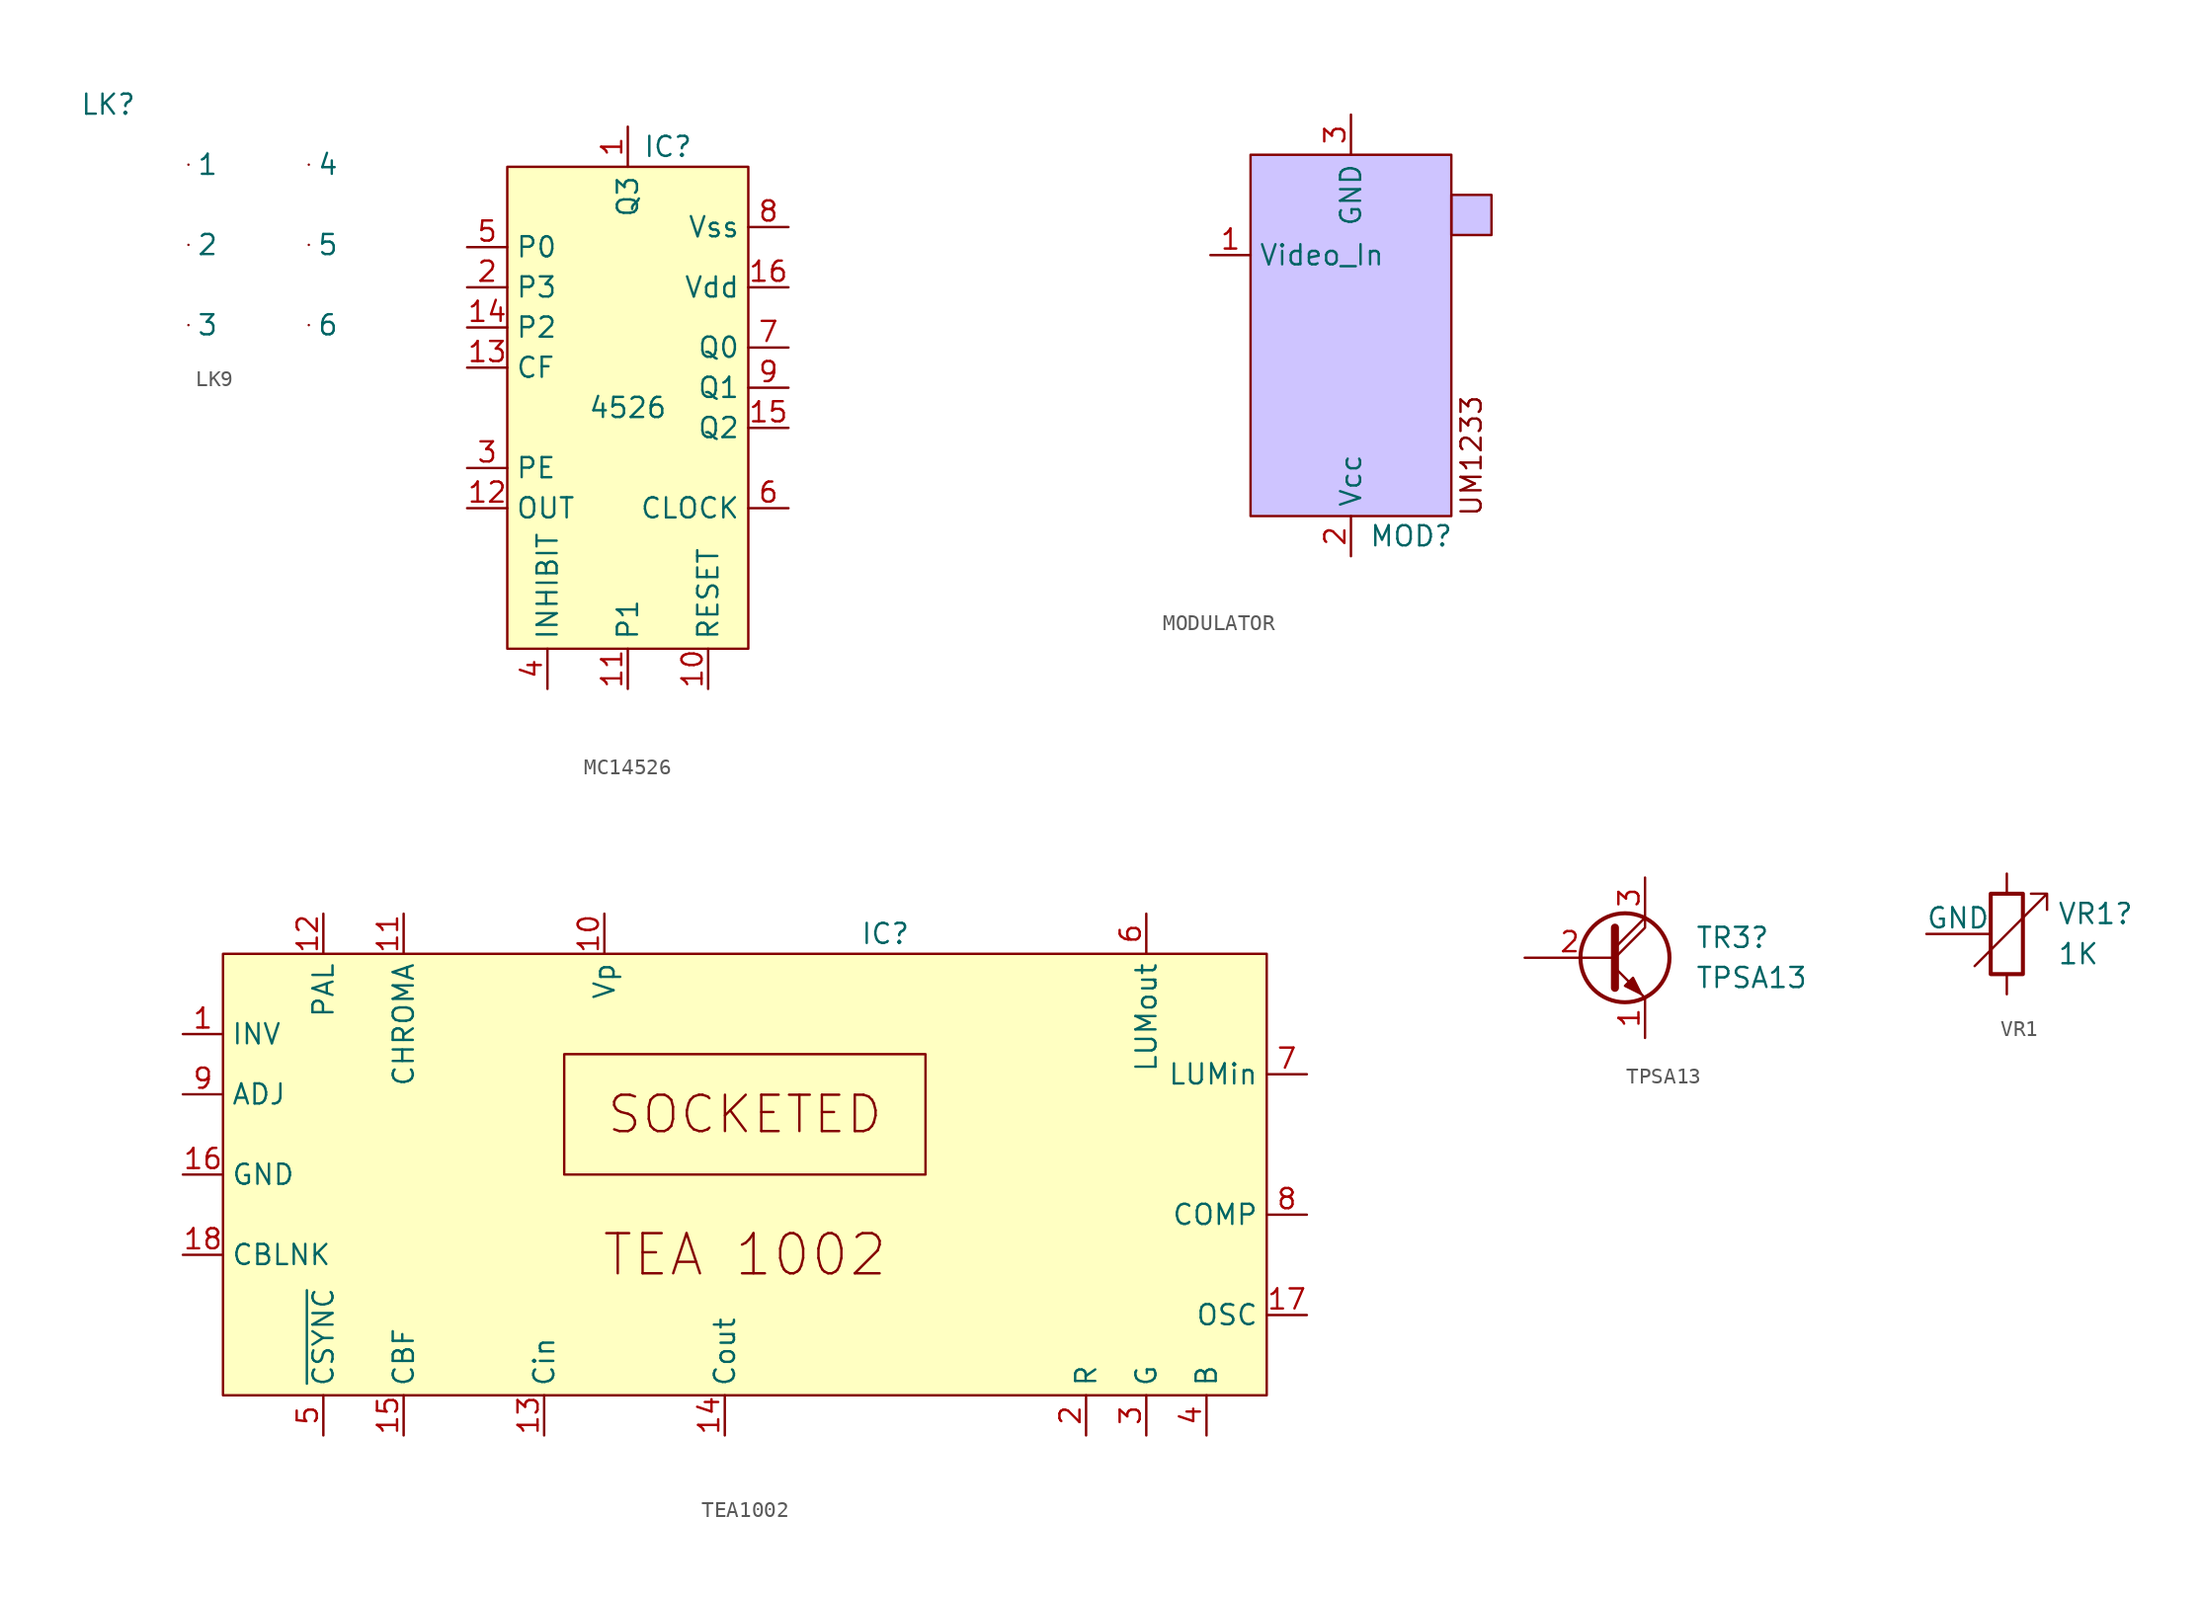
<source format=kicad_sym>
(kicad_symbol_lib
  (version 20220914)
  (generator kicad_symbol_editor)
  (symbol "LK9"
    (pin_numbers hide)
    (property "Reference" "LK"
      (at -5.08 3.81 0)
      (effects (font (size 1.27 1.27))))
    (property "Value" ""
      (at 0 0 0)
      (effects (font (size 1.27 1.27))))
    (symbol "LK9_1_0"
      (pin passive line (at 0 0 0) (length 0) (name "1" (effects (font (size 1.27 1.27)))) (number "1" (effects (font (size 1.27 1.27)))))
      (pin passive line (at 0 -5.08 0) (length 0) (name "2" (effects (font (size 1.27 1.27)))) (number "2" (effects (font (size 1.27 1.27)))))
      (pin passive line (at 0 -10.16 0) (length 0) (name "3" (effects (font (size 1.27 1.27)))) (number "3" (effects (font (size 1.27 1.27)))))
      (pin passive line (at 7.62 0 0) (length 0) (name "4" (effects (font (size 1.27 1.27)))) (number "4" (effects (font (size 1.27 1.27)))))
      (pin passive line (at 7.62 -5.08 0) (length 0) (name "5" (effects (font (size 1.27 1.27)))) (number "5" (effects (font (size 1.27 1.27)))))
      (pin passive line (at 7.62 -10.16 0) (length 0) (name "6" (effects (font (size 1.27 1.27)))) (number "6" (effects (font (size 1.27 1.27)))))))
  (symbol "MC14526"
    (property "Reference" "IC"
      (at 2.54 16.51 0)
      (effects (font (size 1.27 1.27))))
    (property "Value" "4526"
      (at 0 0 0)
      (effects (font (size 1.27 1.27))))
    (symbol "MC14526_0_0"
      (pin output line (at 0 17.78 270) (length 2.54) (name "Q3" (effects (font (size 1.27 1.27)))) (number "1" (effects (font (size 1.27 1.27)))))
      (pin input line (at 5.08 -17.78 90) (length 2.54) (name "RESET" (effects (font (size 1.27 1.27)))) (number "10" (effects (font (size 1.27 1.27)))))
      (pin input line (at 0 -17.78 90) (length 2.54) (name "P1" (effects (font (size 1.27 1.27)))) (number "11" (effects (font (size 1.27 1.27)))))
      (pin output line (at -10.16 -6.35 0) (length 2.54) (name "OUT" (effects (font (size 1.27 1.27)))) (number "12" (effects (font (size 1.27 1.27)))))
      (pin input line (at -10.16 2.54 0) (length 2.54) (name "CF" (effects (font (size 1.27 1.27)))) (number "13" (effects (font (size 1.27 1.27)))))
      (pin input line (at -10.16 5.08 0) (length 2.54) (name "P2" (effects (font (size 1.27 1.27)))) (number "14" (effects (font (size 1.27 1.27)))))
      (pin output line (at 10.16 -1.27 180) (length 2.54) (name "Q2" (effects (font (size 1.27 1.27)))) (number "15" (effects (font (size 1.27 1.27)))))
      (pin power_in line (at 10.16 7.62 180) (length 2.54) (name "Vdd" (effects (font (size 1.27 1.27)))) (number "16" (effects (font (size 1.27 1.27)))))
      (pin input line (at -10.16 7.62 0) (length 2.54) (name "P3" (effects (font (size 1.27 1.27)))) (number "2" (effects (font (size 1.27 1.27)))))
      (pin input line (at -10.16 -3.81 0) (length 2.54) (name "PE" (effects (font (size 1.27 1.27)))) (number "3" (effects (font (size 1.27 1.27)))))
      (pin input line (at -5.08 -17.78 90) (length 2.54) (name "INHIBIT" (effects (font (size 1.27 1.27)))) (number "4" (effects (font (size 1.27 1.27)))))
      (pin input line (at -10.16 10.16 0) (length 2.54) (name "P0" (effects (font (size 1.27 1.27)))) (number "5" (effects (font (size 1.27 1.27)))))
      (pin input line (at 10.16 -6.35 180) (length 2.54) (name "CLOCK" (effects (font (size 1.27 1.27)))) (number "6" (effects (font (size 1.27 1.27)))))
      (pin output line (at 10.16 3.81 180) (length 2.54) (name "Q0" (effects (font (size 1.27 1.27)))) (number "7" (effects (font (size 1.27 1.27)))))
      (pin power_in line (at 10.16 11.43 180) (length 2.54) (name "Vss" (effects (font (size 1.27 1.27)))) (number "8" (effects (font (size 1.27 1.27)))))
      (pin output line (at 10.16 1.27 180) (length 2.54) (name "Q1" (effects (font (size 1.27 1.27)))) (number "9" (effects (font (size 1.27 1.27))))))
    (symbol "MC14526_1_1"
      (rectangle (start -7.62 15.24) (end 7.62 -15.24) (stroke (width 0) (type default)) (fill (type background)))))
  (symbol "MODULATOR"
    (property "Reference" "MOD"
      (at 3.81 -12.7 0)
      (effects (font (size 1.27 1.27))))
    (property "Value" ""
      (at -25.4 7.62 0)
      (effects (font (size 1.27 1.27))))
    (symbol "MODULATOR_0_0"
      (pin input line (at -8.89 5.08 0) (length 2.54) (name "Video_In" (effects (font (size 1.27 1.27)))) (number "1" (effects (font (size 1.27 1.27)))))
      (pin power_in line (at 0 -13.97 90) (length 2.54) (name "Vcc" (effects (font (size 1.27 1.27)))) (number "2" (effects (font (size 1.27 1.27)))))
      (pin power_in line (at 0 13.97 270) (length 2.54) (name "GND" (effects (font (size 1.27 1.27)))) (number "3" (effects (font (size 1.27 1.27))))))
    (symbol "MODULATOR_1_1"
      (rectangle (start -6.35 11.43) (end 6.35 -11.43) (stroke (width 0) (type default)) (fill (type color) (color 206 196 255 1)))
      (rectangle (start 6.35 8.89) (end 8.89 6.35) (stroke (width 0) (type default)) (fill (type color) (color 206 196 255 1)))
      (text "UM1233" (at 7.62 -7.62 900) (effects (font (size 1.27 1.27))))))
  (symbol "TEA1002"
    (property "Reference" "IC"
      (at 8.89 15.24 0)
      (effects (font (size 1.27 1.27))))
    (property "Value" ""
      (at 7.62 -16.51 90)
      (effects (font (size 1.27 1.27))))
    (symbol "TEA1002_0_0"
      (pin input line (at -35.56 8.89 0) (length 2.54) (name "INV" (effects (font (size 1.27 1.27)))) (number "1" (effects (font (size 1.27 1.27)))))
      (pin power_in line (at -8.89 16.51 270) (length 2.54) (name "Vp" (effects (font (size 1.27 1.27)))) (number "10" (effects (font (size 1.27 1.27)))))
      (pin passive line (at -21.59 16.51 270) (length 2.54) (name "CHROMA" (effects (font (size 1.27 1.27)))) (number "11" (effects (font (size 1.27 1.27)))))
      (pin input line (at -26.67 16.51 270) (length 2.54) (name "PAL" (effects (font (size 1.27 1.27)))) (number "12" (effects (font (size 1.27 1.27)))))
      (pin input line (at -12.7 -16.51 90) (length 2.54) (name "Cin" (effects (font (size 1.27 1.27)))) (number "13" (effects (font (size 1.27 1.27)))))
      (pin output line (at -1.27 -16.51 90) (length 2.54) (name "Cout" (effects (font (size 1.27 1.27)))) (number "14" (effects (font (size 1.27 1.27)))))
      (pin input line (at -21.59 -16.51 90) (length 2.54) (name "CBF" (effects (font (size 1.27 1.27)))) (number "15" (effects (font (size 1.27 1.27)))))
      (pin power_in line (at -35.56 0 0) (length 2.54) (name "GND" (effects (font (size 1.27 1.27)))) (number "16" (effects (font (size 1.27 1.27)))))
      (pin output line (at 35.56 -8.89 180) (length 2.54) (name "OSC" (effects (font (size 1.27 1.27)))) (number "17" (effects (font (size 1.27 1.27)))))
      (pin input line (at -35.56 -5.08 0) (length 2.54) (name "CBLNK" (effects (font (size 1.27 1.27)))) (number "18" (effects (font (size 1.27 1.27)))))
      (pin input line (at 21.59 -16.51 90) (length 2.54) (name "R" (effects (font (size 1.27 1.27)))) (number "2" (effects (font (size 1.27 1.27)))))
      (pin input line (at 25.4 -16.51 90) (length 2.54) (name "G" (effects (font (size 1.27 1.27)))) (number "3" (effects (font (size 1.27 1.27)))))
      (pin input line (at 29.21 -16.51 90) (length 2.54) (name "B" (effects (font (size 1.27 1.27)))) (number "4" (effects (font (size 1.27 1.27)))))
      (pin input line (at -26.67 -16.51 90) (length 2.54) (name "~{CSYNC}" (effects (font (size 1.27 1.27)))) (number "5" (effects (font (size 1.27 1.27)))))
      (pin output line (at 25.4 16.51 270) (length 2.54) (name "LUMout" (effects (font (size 1.27 1.27)))) (number "6" (effects (font (size 1.27 1.27)))))
      (pin input line (at 35.56 6.35 180) (length 2.54) (name "LUMin" (effects (font (size 1.27 1.27)))) (number "7" (effects (font (size 1.27 1.27)))))
      (pin output line (at 35.56 -2.54 180) (length 2.54) (name "COMP" (effects (font (size 1.27 1.27)))) (number "8" (effects (font (size 1.27 1.27)))))
      (pin passive line (at -35.56 5.08 0) (length 2.54) (name "ADJ" (effects (font (size 1.27 1.27)))) (number "9" (effects (font (size 1.27 1.27))))))
    (symbol "TEA1002_1_1"
      (rectangle (start -33.02 13.97) (end 33.02 -13.97) (stroke (width 0) (type default)) (fill (type background)))
      (rectangle (start -11.43 7.62) (end 11.43 0) (stroke (width 0) (type default)) (fill (type none)))
      (text "SOCKETED" (at 0 3.81 0) (effects (font (size 2.3 2.3))))
      (text "TEA 1002" (at 0 -5.08 0) (effects (font (size 2.54 2.54))))))
  (symbol "TPSA13"
    (pin_names
      (offset 0) hide)
    (property "Reference" "TR3"
      (at 5.715 1.27 0)
      (effects (font (size 1.27 1.27)) (justify left)))
    (property "Value" "TPSA13"
      (at 5.715 -1.27 0)
      (effects (font (size 1.27 1.27)) (justify left)))
    (symbol "TPSA13_0_1"
      (polyline (pts (xy 0.635 0.635) (xy 2.54 2.54)) (stroke (width 0) (type default)) (fill (type none)))
      (polyline (pts (xy 0.635 -0.635) (xy 2.54 -2.54) (xy 2.54 -2.54)) (stroke (width 0) (type default)) (fill (type none)))
      (polyline (pts (xy 0.635 0) (xy 2.54 1.905) (xy 2.54 2.54)) (stroke (width 0) (type default)) (fill (type none)))
      (polyline (pts (xy 0.635 1.905) (xy 0.635 -1.905) (xy 0.635 -1.905)) (stroke (width 0.508) (type default)) (fill (type none)))
      (polyline (pts (xy 1.27 -1.778) (xy 1.778 -1.27) (xy 2.286 -2.286) (xy 1.27 -1.778) (xy 1.27 -1.778)) (stroke (width 0) (type default)) (fill (type outline)))
      (circle (center 1.27 0) (radius 2.819) (stroke (width 0.254) (type default)) (fill (type none))))
    (symbol "TPSA13_1_1"
      (pin passive line (at 2.54 -5.08 90) (length 2.54) (name "E" (effects (font (size 1.27 1.27)))) (number "1" (effects (font (size 1.27 1.27)))))
      (pin input line (at -5.08 0 0) (length 5.715) (name "B" (effects (font (size 1.27 1.27)))) (number "2" (effects (font (size 1.27 1.27)))))
      (pin passive line (at 2.54 5.08 270) (length 2.54) (name "C" (effects (font (size 1.27 1.27)))) (number "3" (effects (font (size 1.27 1.27)))))))
  (symbol "VR1"
    (pin_numbers hide)
    (pin_names
      (offset 0))
    (property "Reference" "VR1"
      (at 3.175 1.27 0)
      (effects (font (size 1.27 1.27)) (justify left)))
    (property "Value" "1K"
      (at 3.175 -1.27 0)
      (effects (font (size 1.27 1.27)) (justify left)))
    (symbol "VR1_0_1"
      (rectangle (start -1.016 -2.54) (end 1.016 2.54) (stroke (width 0.254) (type default)) (fill (type none)))
      (polyline (pts (xy 2.54 1.524) (xy 2.54 2.54) (xy 1.524 2.54) (xy 2.54 2.54) (xy -2.032 -2.032)) (stroke (width 0) (type default)) (fill (type none))))
    (symbol "VR1_1_0"
      (pin power_in line (at -5.08 0 0) (length 4) (name "GND" (effects (font (size 1.27 1.27)))) (number "3" (effects (font (size 1.27 1.27))))))
    (symbol "VR1_1_1"
      (pin passive line (at 0 3.81 270) (length 1.27) (name "~" (effects (font (size 1.27 1.27)))) (number "1" (effects (font (size 1.27 1.27)))))
      (pin passive line (at 0 -3.81 90) (length 1.27) (name "~" (effects (font (size 1.27 1.27)))) (number "2" (effects (font (size 1.27 1.27))))))))
</source>
